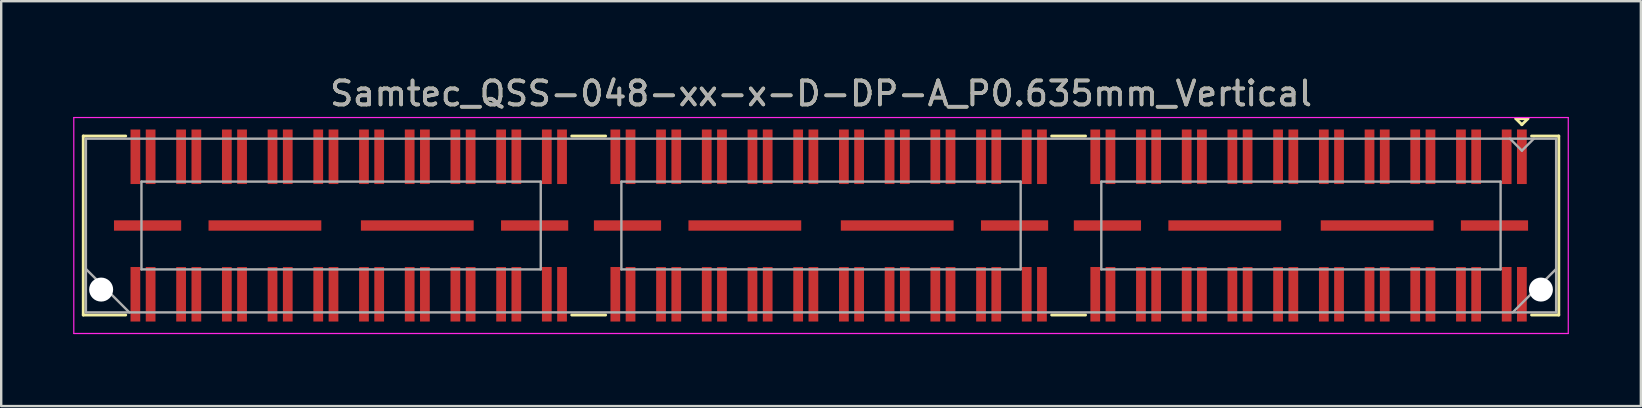
<source format=kicad_pcb>
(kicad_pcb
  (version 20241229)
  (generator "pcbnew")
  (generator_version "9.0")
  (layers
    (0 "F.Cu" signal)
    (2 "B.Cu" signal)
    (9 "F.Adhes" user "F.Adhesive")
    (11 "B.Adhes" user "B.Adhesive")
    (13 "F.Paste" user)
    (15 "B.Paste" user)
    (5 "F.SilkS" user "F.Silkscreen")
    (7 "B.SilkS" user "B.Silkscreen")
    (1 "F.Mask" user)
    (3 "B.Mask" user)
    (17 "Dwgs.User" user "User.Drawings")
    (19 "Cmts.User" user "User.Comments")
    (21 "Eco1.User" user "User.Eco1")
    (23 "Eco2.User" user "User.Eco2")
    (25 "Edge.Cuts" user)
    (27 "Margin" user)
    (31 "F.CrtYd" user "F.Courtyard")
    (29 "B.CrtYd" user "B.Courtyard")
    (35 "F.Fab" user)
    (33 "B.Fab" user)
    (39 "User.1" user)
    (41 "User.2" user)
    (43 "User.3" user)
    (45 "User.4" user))
  (footprint "Samtec_QSS-048-xx-x-D-DP-A_P0.635mm_Vertical"
    (layer "F.Cu")
    (at 31.165 6.348)
    (property "Reference" "Samtec_QSS-048-xx-x-D-DP-A_P0.635mm_Vertical" (at 0 -5.5 0) (layer "F.SilkS") (effects (font (size 1 1) (thickness 0.15))))
    (attr smd)
    (fp_line (start -30.745 -3.73) (end -28.976 -3.73) (stroke (width 0.12) (type solid)) (layer "F.SilkS"))
    (fp_line (start -30.745 3.73) (end -30.745 -3.73) (stroke (width 0.12) (type solid)) (layer "F.SilkS"))
    (fp_line (start -28.976 3.73) (end -30.745 3.73) (stroke (width 0.12) (type solid)) (layer "F.SilkS"))
    (fp_line (start -8.976 -3.73) (end -10.389 -3.73) (stroke (width 0.12) (type solid)) (layer "F.SilkS"))
    (fp_line (start -8.976 3.73) (end -10.389 3.73) (stroke (width 0.12) (type solid)) (layer "F.SilkS"))
    (fp_line (start 11.024 -3.73) (end 9.611 -3.73) (stroke (width 0.12) (type solid)) (layer "F.SilkS"))
    (fp_line (start 11.024 3.73) (end 9.611 3.73) (stroke (width 0.12) (type solid)) (layer "F.SilkS"))
    (fp_line (start 28.957 -4.452) (end 29.457 -4.452) (stroke (width 0.12) (type solid)) (layer "F.SilkS"))
    (fp_line (start 29.207 -4.202) (end 28.957 -4.452) (stroke (width 0.12) (type solid)) (layer "F.SilkS"))
    (fp_line (start 29.457 -4.452) (end 29.207 -4.202) (stroke (width 0.12) (type solid)) (layer "F.SilkS"))
    (fp_line (start 29.61 3.73) (end 30.745 3.73) (stroke (width 0.12) (type solid)) (layer "F.SilkS"))
    (fp_line (start 30.745 -3.73) (end 29.61 -3.73) (stroke (width 0.12) (type solid)) (layer "F.SilkS"))
    (fp_line (start 30.745 3.73) (end 30.745 -3.73) (stroke (width 0.12) (type solid)) (layer "F.SilkS"))
    (fp_line (start -31.14 -4.5) (end -31.14 4.5) (stroke (width 0.05) (type solid)) (layer "F.CrtYd"))
    (fp_line (start -31.14 4.5) (end 31.14 4.5) (stroke (width 0.05) (type solid)) (layer "F.CrtYd"))
    (fp_line (start 31.14 -4.5) (end -31.14 -4.5) (stroke (width 0.05) (type solid)) (layer "F.CrtYd"))
    (fp_line (start 31.14 4.5) (end 31.14 -4.5) (stroke (width 0.05) (type solid)) (layer "F.CrtYd"))
    (fp_line (start -30.635 -3.62) (end -30.635 3.62) (stroke (width 0.1) (type solid)) (layer "F.Fab"))
    (fp_line (start -30.635 1.81) (end -28.825 3.62) (stroke (width 0.1) (type solid)) (layer "F.Fab"))
    (fp_line (start -30.635 3.62) (end 30.635 3.62) (stroke (width 0.1) (type solid)) (layer "F.Fab"))
    (fp_line (start -28.32 -1.83) (end -28.32 1.83) (stroke (width 0.1) (type solid)) (layer "F.Fab"))
    (fp_line (start -28.32 1.83) (end -11.68 1.83) (stroke (width 0.1) (type solid)) (layer "F.Fab"))
    (fp_line (start -11.68 -1.83) (end -28.32 -1.83) (stroke (width 0.1) (type solid)) (layer "F.Fab"))
    (fp_line (start -11.68 1.83) (end -11.68 -1.83) (stroke (width 0.1) (type solid)) (layer "F.Fab"))
    (fp_line (start -8.32 -1.83) (end -8.32 1.83) (stroke (width 0.1) (type solid)) (layer "F.Fab"))
    (fp_line (start -8.32 1.83) (end 8.32 1.83) (stroke (width 0.1) (type solid)) (layer "F.Fab"))
    (fp_line (start 8.32 -1.83) (end -8.32 -1.83) (stroke (width 0.1) (type solid)) (layer "F.Fab"))
    (fp_line (start 8.32 1.83) (end 8.32 -1.83) (stroke (width 0.1) (type solid)) (layer "F.Fab"))
    (fp_line (start 11.68 -1.83) (end 11.68 1.83) (stroke (width 0.1) (type solid)) (layer "F.Fab"))
    (fp_line (start 11.68 1.83) (end 28.32 1.83) (stroke (width 0.1) (type solid)) (layer "F.Fab"))
    (fp_line (start 28.32 -1.83) (end 11.68 -1.83) (stroke (width 0.1) (type solid)) (layer "F.Fab"))
    (fp_line (start 28.32 1.83) (end 28.32 -1.83) (stroke (width 0.1) (type solid)) (layer "F.Fab"))
    (fp_line (start 29.207 -3.12) (end 28.707 -3.62) (stroke (width 0.1) (type solid)) (layer "F.Fab"))
    (fp_line (start 29.707 -3.62) (end 29.207 -3.12) (stroke (width 0.1) (type solid)) (layer "F.Fab"))
    (fp_line (start 30.635 -3.62) (end -30.635 -3.62) (stroke (width 0.1) (type solid)) (layer "F.Fab"))
    (fp_line (start 30.635 1.81) (end 28.825 3.62) (stroke (width 0.1) (type solid)) (layer "F.Fab"))
    (fp_line (start 30.635 3.62) (end 30.635 -3.62) (stroke (width 0.1) (type solid)) (layer "F.Fab"))
    (fp_text user "${REFERENCE}" (at 0 -5.5 0) (layer "F.Fab") (effects (font (size 1 1) (thickness 0.15))))
    (pad "" np_thru_hole circle (at -30 2.67) (size 1 1) (drill 1) (layers "*.Cu" "*.Mask"))
    (pad "" np_thru_hole circle (at 30 2.67) (size 1 1) (drill 1) (layers "*.Cu" "*.Mask"))
    (pad "1" smd rect (at 29.207 -2.865) (size 0.406 2.273) (layers "F.Cu" "F.Mask" "F.Paste"))
    (pad "2" smd rect (at 29.207 2.865) (size 0.406 2.273) (layers "F.Cu" "F.Mask" "F.Paste"))
    (pad "3" smd rect (at 28.573 -2.865) (size 0.406 2.273) (layers "F.Cu" "F.Mask" "F.Paste"))
    (pad "4" smd rect (at 28.573 2.865) (size 0.406 2.273) (layers "F.Cu" "F.Mask" "F.Paste"))
    (pad "5" smd rect (at 27.302 -2.865) (size 0.406 2.273) (layers "F.Cu" "F.Mask" "F.Paste"))
    (pad "6" smd rect (at 27.302 2.865) (size 0.406 2.273) (layers "F.Cu" "F.Mask" "F.Paste"))
    (pad "7" smd rect (at 26.668 -2.865) (size 0.406 2.273) (layers "F.Cu" "F.Mask" "F.Paste"))
    (pad "8" smd rect (at 26.668 2.865) (size 0.406 2.273) (layers "F.Cu" "F.Mask" "F.Paste"))
    (pad "9" smd rect (at 25.398 -2.865) (size 0.406 2.273) (layers "F.Cu" "F.Mask" "F.Paste"))
    (pad "10" smd rect (at 25.398 2.865) (size 0.406 2.273) (layers "F.Cu" "F.Mask" "F.Paste"))
    (pad "11" smd rect (at 24.762 -2.865) (size 0.406 2.273) (layers "F.Cu" "F.Mask" "F.Paste"))
    (pad "12" smd rect (at 24.762 2.865) (size 0.406 2.273) (layers "F.Cu" "F.Mask" "F.Paste"))
    (pad "13" smd rect (at 23.492 -2.865) (size 0.406 2.273) (layers "F.Cu" "F.Mask" "F.Paste"))
    (pad "14" smd rect (at 23.492 2.865) (size 0.406 2.273) (layers "F.Cu" "F.Mask" "F.Paste"))
    (pad "15" smd rect (at 22.858 -2.865) (size 0.406 2.273) (layers "F.Cu" "F.Mask" "F.Paste"))
    (pad "16" smd rect (at 22.858 2.865) (size 0.406 2.273) (layers "F.Cu" "F.Mask" "F.Paste"))
    (pad "17" smd rect (at 21.587 -2.865) (size 0.406 2.273) (layers "F.Cu" "F.Mask" "F.Paste"))
    (pad "18" smd rect (at 21.587 2.865) (size 0.406 2.273) (layers "F.Cu" "F.Mask" "F.Paste"))
    (pad "19" smd rect (at 20.953 -2.865) (size 0.406 2.273) (layers "F.Cu" "F.Mask" "F.Paste"))
    (pad "20" smd rect (at 20.953 2.865) (size 0.406 2.273) (layers "F.Cu" "F.Mask" "F.Paste"))
    (pad "21" smd rect (at 19.683 -2.865) (size 0.406 2.273) (layers "F.Cu" "F.Mask" "F.Paste"))
    (pad "22" smd rect (at 19.683 2.865) (size 0.406 2.273) (layers "F.Cu" "F.Mask" "F.Paste"))
    (pad "23" smd rect (at 19.047 -2.865) (size 0.406 2.273) (layers "F.Cu" "F.Mask" "F.Paste"))
    (pad "24" smd rect (at 19.047 2.865) (size 0.406 2.273) (layers "F.Cu" "F.Mask" "F.Paste"))
    (pad "25" smd rect (at 17.777 -2.865) (size 0.406 2.273) (layers "F.Cu" "F.Mask" "F.Paste"))
    (pad "26" smd rect (at 17.777 2.865) (size 0.406 2.273) (layers "F.Cu" "F.Mask" "F.Paste"))
    (pad "27" smd rect (at 17.142 -2.865) (size 0.406 2.273) (layers "F.Cu" "F.Mask" "F.Paste"))
    (pad "28" smd rect (at 17.142 2.865) (size 0.406 2.273) (layers "F.Cu" "F.Mask" "F.Paste"))
    (pad "29" smd rect (at 15.873 -2.865) (size 0.406 2.273) (layers "F.Cu" "F.Mask" "F.Paste"))
    (pad "30" smd rect (at 15.873 2.865) (size 0.406 2.273) (layers "F.Cu" "F.Mask" "F.Paste"))
    (pad "31" smd rect (at 15.238 -2.865) (size 0.406 2.273) (layers "F.Cu" "F.Mask" "F.Paste"))
    (pad "32" smd rect (at 15.238 2.865) (size 0.406 2.273) (layers "F.Cu" "F.Mask" "F.Paste"))
    (pad "33" smd rect (at 13.967 -2.865) (size 0.406 2.273) (layers "F.Cu" "F.Mask" "F.Paste"))
    (pad "34" smd rect (at 13.967 2.865) (size 0.406 2.273) (layers "F.Cu" "F.Mask" "F.Paste"))
    (pad "35" smd rect (at 13.332 -2.865) (size 0.406 2.273) (layers "F.Cu" "F.Mask" "F.Paste"))
    (pad "36" smd rect (at 13.332 2.865) (size 0.406 2.273) (layers "F.Cu" "F.Mask" "F.Paste"))
    (pad "37" smd rect (at 12.062 -2.865) (size 0.406 2.273) (layers "F.Cu" "F.Mask" "F.Paste"))
    (pad "38" smd rect (at 12.062 2.865) (size 0.406 2.273) (layers "F.Cu" "F.Mask" "F.Paste"))
    (pad "39" smd rect (at 11.428 -2.865) (size 0.406 2.273) (layers "F.Cu" "F.Mask" "F.Paste"))
    (pad "40" smd rect (at 11.428 2.865) (size 0.406 2.273) (layers "F.Cu" "F.Mask" "F.Paste"))
    (pad "41" smd rect (at 9.207 -2.865) (size 0.406 2.273) (layers "F.Cu" "F.Mask" "F.Paste"))
    (pad "42" smd rect (at 9.207 2.865) (size 0.406 2.273) (layers "F.Cu" "F.Mask" "F.Paste"))
    (pad "43" smd rect (at 8.572 -2.865) (size 0.406 2.273) (layers "F.Cu" "F.Mask" "F.Paste"))
    (pad "44" smd rect (at 8.572 2.865) (size 0.406 2.273) (layers "F.Cu" "F.Mask" "F.Paste"))
    (pad "45" smd rect (at 7.303 -2.865) (size 0.406 2.273) (layers "F.Cu" "F.Mask" "F.Paste"))
    (pad "46" smd rect (at 7.303 2.865) (size 0.406 2.273) (layers "F.Cu" "F.Mask" "F.Paste"))
    (pad "47" smd rect (at 6.668 -2.865) (size 0.406 2.273) (layers "F.Cu" "F.Mask" "F.Paste"))
    (pad "48" smd rect (at 6.668 2.865) (size 0.406 2.273) (layers "F.Cu" "F.Mask" "F.Paste"))
    (pad "49" smd rect (at 5.397 -2.865) (size 0.406 2.273) (layers "F.Cu" "F.Mask" "F.Paste"))
    (pad "50" smd rect (at 5.397 2.865) (size 0.406 2.273) (layers "F.Cu" "F.Mask" "F.Paste"))
    (pad "51" smd rect (at 4.763 -2.865) (size 0.406 2.273) (layers "F.Cu" "F.Mask" "F.Paste"))
    (pad "52" smd rect (at 4.763 2.865) (size 0.406 2.273) (layers "F.Cu" "F.Mask" "F.Paste"))
    (pad "53" smd rect (at 3.493 -2.865) (size 0.406 2.273) (layers "F.Cu" "F.Mask" "F.Paste"))
    (pad "54" smd rect (at 3.493 2.865) (size 0.406 2.273) (layers "F.Cu" "F.Mask" "F.Paste"))
    (pad "55" smd rect (at 2.857 -2.865) (size 0.406 2.273) (layers "F.Cu" "F.Mask" "F.Paste"))
    (pad "56" smd rect (at 2.857 2.865) (size 0.406 2.273) (layers "F.Cu" "F.Mask" "F.Paste"))
    (pad "57" smd rect (at 1.587 -2.865) (size 0.406 2.273) (layers "F.Cu" "F.Mask" "F.Paste"))
    (pad "58" smd rect (at 1.587 2.865) (size 0.406 2.273) (layers "F.Cu" "F.Mask" "F.Paste"))
    (pad "59" smd rect (at 0.953 -2.865) (size 0.406 2.273) (layers "F.Cu" "F.Mask" "F.Paste"))
    (pad "60" smd rect (at 0.953 2.865) (size 0.406 2.273) (layers "F.Cu" "F.Mask" "F.Paste"))
    (pad "61" smd rect (at -0.318 -2.865) (size 0.406 2.273) (layers "F.Cu" "F.Mask" "F.Paste"))
    (pad "62" smd rect (at -0.318 2.865) (size 0.406 2.273) (layers "F.Cu" "F.Mask" "F.Paste"))
    (pad "63" smd rect (at -0.953 -2.865) (size 0.406 2.273) (layers "F.Cu" "F.Mask" "F.Paste"))
    (pad "64" smd rect (at -0.953 2.865) (size 0.406 2.273) (layers "F.Cu" "F.Mask" "F.Paste"))
    (pad "65" smd rect (at -2.223 -2.865) (size 0.406 2.273) (layers "F.Cu" "F.Mask" "F.Paste"))
    (pad "66" smd rect (at -2.223 2.865) (size 0.406 2.273) (layers "F.Cu" "F.Mask" "F.Paste"))
    (pad "67" smd rect (at -2.857 -2.865) (size 0.406 2.273) (layers "F.Cu" "F.Mask" "F.Paste"))
    (pad "68" smd rect (at -2.857 2.865) (size 0.406 2.273) (layers "F.Cu" "F.Mask" "F.Paste"))
    (pad "69" smd rect (at -4.128 -2.865) (size 0.406 2.273) (layers "F.Cu" "F.Mask" "F.Paste"))
    (pad "70" smd rect (at -4.128 2.865) (size 0.406 2.273) (layers "F.Cu" "F.Mask" "F.Paste"))
    (pad "71" smd rect (at -4.763 -2.865) (size 0.406 2.273) (layers "F.Cu" "F.Mask" "F.Paste"))
    (pad "72" smd rect (at -4.763 2.865) (size 0.406 2.273) (layers "F.Cu" "F.Mask" "F.Paste"))
    (pad "73" smd rect (at -6.032 -2.865) (size 0.406 2.273) (layers "F.Cu" "F.Mask" "F.Paste"))
    (pad "74" smd rect (at -6.032 2.865) (size 0.406 2.273) (layers "F.Cu" "F.Mask" "F.Paste"))
    (pad "75" smd rect (at -6.668 -2.865) (size 0.406 2.273) (layers "F.Cu" "F.Mask" "F.Paste"))
    (pad "76" smd rect (at -6.668 2.865) (size 0.406 2.273) (layers "F.Cu" "F.Mask" "F.Paste"))
    (pad "77" smd rect (at -7.938 -2.865) (size 0.406 2.273) (layers "F.Cu" "F.Mask" "F.Paste"))
    (pad "78" smd rect (at -7.938 2.865) (size 0.406 2.273) (layers "F.Cu" "F.Mask" "F.Paste"))
    (pad "79" smd rect (at -8.572 -2.865) (size 0.406 2.273) (layers "F.Cu" "F.Mask" "F.Paste"))
    (pad "80" smd rect (at -8.572 2.865) (size 0.406 2.273) (layers "F.Cu" "F.Mask" "F.Paste"))
    (pad "81" smd rect (at -10.793 -2.865) (size 0.406 2.273) (layers "F.Cu" "F.Mask" "F.Paste"))
    (pad "82" smd rect (at -10.793 2.865) (size 0.406 2.273) (layers "F.Cu" "F.Mask" "F.Paste"))
    (pad "83" smd rect (at -11.428 -2.865) (size 0.406 2.273) (layers "F.Cu" "F.Mask" "F.Paste"))
    (pad "84" smd rect (at -11.428 2.865) (size 0.406 2.273) (layers "F.Cu" "F.Mask" "F.Paste"))
    (pad "85" smd rect (at -12.697 -2.865) (size 0.406 2.273) (layers "F.Cu" "F.Mask" "F.Paste"))
    (pad "86" smd rect (at -12.697 2.865) (size 0.406 2.273) (layers "F.Cu" "F.Mask" "F.Paste"))
    (pad "87" smd rect (at -13.332 -2.865) (size 0.406 2.273) (layers "F.Cu" "F.Mask" "F.Paste"))
    (pad "88" smd rect (at -13.332 2.865) (size 0.406 2.273) (layers "F.Cu" "F.Mask" "F.Paste"))
    (pad "89" smd rect (at -14.602 -2.865) (size 0.406 2.273) (layers "F.Cu" "F.Mask" "F.Paste"))
    (pad "90" smd rect (at -14.602 2.865) (size 0.406 2.273) (layers "F.Cu" "F.Mask" "F.Paste"))
    (pad "91" smd rect (at -15.238 -2.865) (size 0.406 2.273) (layers "F.Cu" "F.Mask" "F.Paste"))
    (pad "92" smd rect (at -15.238 2.865) (size 0.406 2.273) (layers "F.Cu" "F.Mask" "F.Paste"))
    (pad "93" smd rect (at -16.508 -2.865) (size 0.406 2.273) (layers "F.Cu" "F.Mask" "F.Paste"))
    (pad "94" smd rect (at -16.508 2.865) (size 0.406 2.273) (layers "F.Cu" "F.Mask" "F.Paste"))
    (pad "95" smd rect (at -17.142 -2.865) (size 0.406 2.273) (layers "F.Cu" "F.Mask" "F.Paste"))
    (pad "96" smd rect (at -17.142 2.865) (size 0.406 2.273) (layers "F.Cu" "F.Mask" "F.Paste"))
    (pad "97" smd rect (at -18.413 -2.865) (size 0.406 2.273) (layers "F.Cu" "F.Mask" "F.Paste"))
    (pad "98" smd rect (at -18.413 2.865) (size 0.406 2.273) (layers "F.Cu" "F.Mask" "F.Paste"))
    (pad "99" smd rect (at -19.047 -2.865) (size 0.406 2.273) (layers "F.Cu" "F.Mask" "F.Paste"))
    (pad "100" smd rect (at -19.047 2.865) (size 0.406 2.273) (layers "F.Cu" "F.Mask" "F.Paste"))
    (pad "101" smd rect (at -20.317 -2.865) (size 0.406 2.273) (layers "F.Cu" "F.Mask" "F.Paste"))
    (pad "102" smd rect (at -20.317 2.865) (size 0.406 2.273) (layers "F.Cu" "F.Mask" "F.Paste"))
    (pad "103" smd rect (at -20.953 -2.865) (size 0.406 2.273) (layers "F.Cu" "F.Mask" "F.Paste"))
    (pad "104" smd rect (at -20.953 2.865) (size 0.406 2.273) (layers "F.Cu" "F.Mask" "F.Paste"))
    (pad "105" smd rect (at -22.223 -2.865) (size 0.406 2.273) (layers "F.Cu" "F.Mask" "F.Paste"))
    (pad "106" smd rect (at -22.223 2.865) (size 0.406 2.273) (layers "F.Cu" "F.Mask" "F.Paste"))
    (pad "107" smd rect (at -22.858 -2.865) (size 0.406 2.273) (layers "F.Cu" "F.Mask" "F.Paste"))
    (pad "108" smd rect (at -22.858 2.865) (size 0.406 2.273) (layers "F.Cu" "F.Mask" "F.Paste"))
    (pad "109" smd rect (at -24.128 -2.865) (size 0.406 2.273) (layers "F.Cu" "F.Mask" "F.Paste"))
    (pad "110" smd rect (at -24.128 2.865) (size 0.406 2.273) (layers "F.Cu" "F.Mask" "F.Paste"))
    (pad "111" smd rect (at -24.762 -2.865) (size 0.406 2.273) (layers "F.Cu" "F.Mask" "F.Paste"))
    (pad "112" smd rect (at -24.762 2.865) (size 0.406 2.273) (layers "F.Cu" "F.Mask" "F.Paste"))
    (pad "113" smd rect (at -26.032 -2.865) (size 0.406 2.273) (layers "F.Cu" "F.Mask" "F.Paste"))
    (pad "114" smd rect (at -26.032 2.865) (size 0.406 2.273) (layers "F.Cu" "F.Mask" "F.Paste"))
    (pad "115" smd rect (at -26.668 -2.865) (size 0.406 2.273) (layers "F.Cu" "F.Mask" "F.Paste"))
    (pad "116" smd rect (at -26.668 2.865) (size 0.406 2.273) (layers "F.Cu" "F.Mask" "F.Paste"))
    (pad "117" smd rect (at -27.938 -2.865) (size 0.406 2.273) (layers "F.Cu" "F.Mask" "F.Paste"))
    (pad "118" smd rect (at -27.938 2.865) (size 0.406 2.273) (layers "F.Cu" "F.Mask" "F.Paste"))
    (pad "119" smd rect (at -28.573 -2.865) (size 0.406 2.273) (layers "F.Cu" "F.Mask" "F.Paste"))
    (pad "120" smd rect (at -28.573 2.865) (size 0.406 2.273) (layers "F.Cu" "F.Mask" "F.Paste"))
    (pad "P1" smd rect (at 11.935 0) (size 2.8 0.432) (layers "F.Cu" "F.Mask" "F.Paste"))
    (pad "P1" smd rect (at 16.825 0) (size 4.7 0.432) (layers "F.Cu" "F.Mask" "F.Paste"))
    (pad "P1" smd rect (at 23.175 0) (size 4.7 0.432) (layers "F.Cu" "F.Mask" "F.Paste"))
    (pad "P1" smd rect (at 28.065 0) (size 2.8 0.432) (layers "F.Cu" "F.Mask" "F.Paste"))
    (pad "P2" smd rect (at -8.065 0) (size 2.8 0.432) (layers "F.Cu" "F.Mask" "F.Paste"))
    (pad "P2" smd rect (at -3.175 0) (size 4.7 0.432) (layers "F.Cu" "F.Mask" "F.Paste"))
    (pad "P2" smd rect (at 3.175 0) (size 4.7 0.432) (layers "F.Cu" "F.Mask" "F.Paste"))
    (pad "P2" smd rect (at 8.065 0) (size 2.8 0.432) (layers "F.Cu" "F.Mask" "F.Paste"))
    (pad "P3" smd rect (at -28.065 0) (size 2.8 0.432) (layers "F.Cu" "F.Mask" "F.Paste"))
    (pad "P3" smd rect (at -23.175 0) (size 4.7 0.432) (layers "F.Cu" "F.Mask" "F.Paste"))
    (pad "P3" smd rect (at -16.825 0) (size 4.7 0.432) (layers "F.Cu" "F.Mask" "F.Paste"))
    (pad "P3" smd rect (at -11.935 0) (size 2.8 0.432) (layers "F.Cu" "F.Mask" "F.Paste")))
  (gr_rect
    (start -3 -3)
    (end 65.33 13.873)
    (stroke (width 0.1) (type default))
    (fill no)
    (layer "Edge.Cuts")))
</source>
